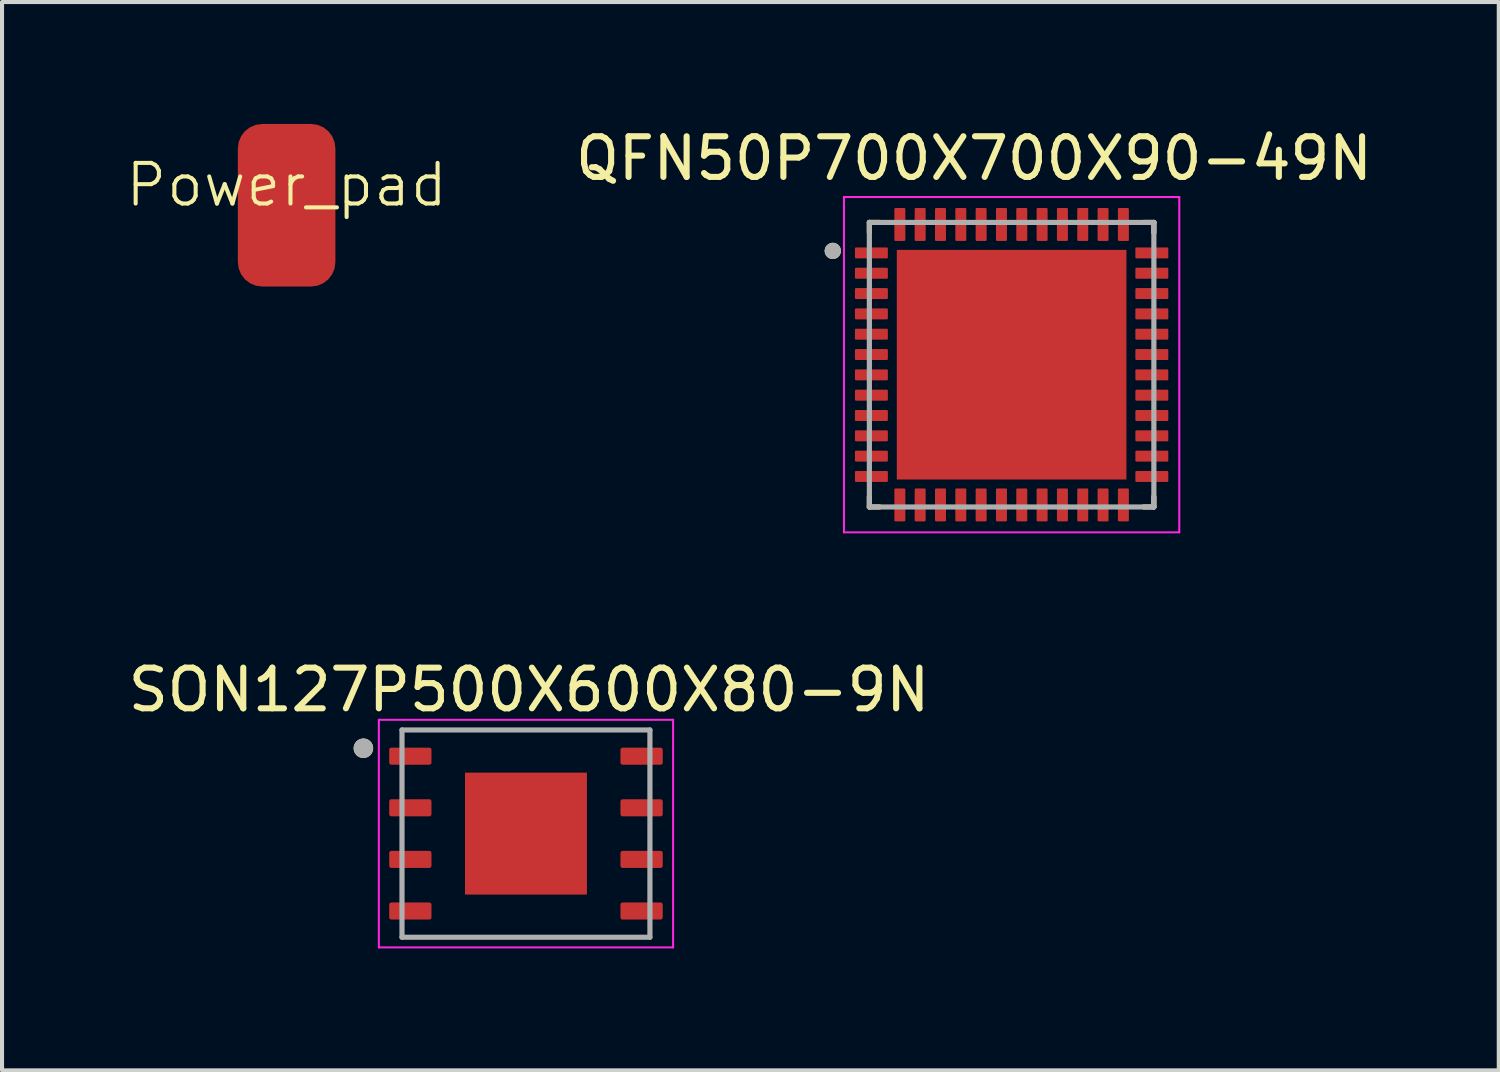
<source format=kicad_pcb>
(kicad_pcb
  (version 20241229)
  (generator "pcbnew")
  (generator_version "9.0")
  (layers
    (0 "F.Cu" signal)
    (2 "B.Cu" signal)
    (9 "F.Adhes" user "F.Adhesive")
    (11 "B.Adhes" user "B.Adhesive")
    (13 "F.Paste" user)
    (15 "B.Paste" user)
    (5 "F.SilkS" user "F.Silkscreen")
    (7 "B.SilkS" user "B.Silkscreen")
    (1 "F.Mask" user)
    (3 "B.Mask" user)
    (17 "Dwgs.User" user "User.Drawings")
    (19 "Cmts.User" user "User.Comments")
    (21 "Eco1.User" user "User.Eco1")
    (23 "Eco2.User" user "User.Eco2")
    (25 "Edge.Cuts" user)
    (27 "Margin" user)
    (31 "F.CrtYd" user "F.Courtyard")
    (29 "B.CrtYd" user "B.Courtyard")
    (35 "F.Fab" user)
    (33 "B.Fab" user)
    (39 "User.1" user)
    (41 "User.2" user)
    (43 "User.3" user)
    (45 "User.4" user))
  (footprint "SON127P500X600X80-9N"
    (layer "F.Cu")
    (at 9.891 17.46)
    (property "Reference" "SON127P500X600X80-9N" (at 0.075 -3.538 0) (layer "F.SilkS") (effects (font (size 1.001 1.001) (thickness 0.15))))
    (attr smd)
    (fp_circle (center -4 -2.1) (end -3.88 -2.1) (stroke (width 0.24) (type solid)) (fill no) (layer "F.SilkS"))
    (fp_poly (pts (xy -1.207 0.145) (xy -0.145 0.145) (xy -0.145 1.207) (xy -1.207 1.207)) (stroke (width 0.01) (type solid)) (fill yes) (layer "F.Paste"))
    (fp_poly (pts (xy -1.207 -1.205) (xy -0.145 -1.205) (xy -0.145 -0.145) (xy -1.207 -0.145)) (stroke (width 0.01) (type solid)) (fill yes) (layer "F.Paste"))
    (fp_poly (pts (xy 0.145 0.145) (xy 1.205 0.145) (xy 1.205 1.205) (xy 0.145 1.205)) (stroke (width 0.01) (type solid)) (fill yes) (layer "F.Paste"))
    (fp_poly (pts (xy 0.145 -1.205) (xy 1.205 -1.205) (xy 1.205 -0.145) (xy 0.145 -0.145)) (stroke (width 0.01) (type solid)) (fill yes) (layer "F.Paste"))
    (fp_line (start -3.62 -2.8) (end 3.62 -2.8) (stroke (width 0.05) (type solid)) (layer "F.CrtYd"))
    (fp_line (start -3.62 2.8) (end -3.62 -2.8) (stroke (width 0.05) (type solid)) (layer "F.CrtYd"))
    (fp_line (start 3.62 -2.8) (end 3.62 2.8) (stroke (width 0.05) (type solid)) (layer "F.CrtYd"))
    (fp_line (start 3.62 2.8) (end -3.62 2.8) (stroke (width 0.05) (type solid)) (layer "F.CrtYd"))
    (fp_line (start -3.05 -2.55) (end 3.05 -2.55) (stroke (width 0.127) (type solid)) (layer "F.Fab"))
    (fp_line (start -3.05 2.55) (end -3.05 -2.55) (stroke (width 0.127) (type solid)) (layer "F.Fab"))
    (fp_line (start 3.05 -2.55) (end 3.05 2.55) (stroke (width 0.127) (type solid)) (layer "F.Fab"))
    (fp_line (start 3.05 2.55) (end -3.05 2.55) (stroke (width 0.127) (type solid)) (layer "F.Fab"))
    (fp_circle (center -4 -2.1) (end -3.88 -2.1) (stroke (width 0.24) (type solid)) (fill no) (layer "F.Fab"))
    (pad "1" smd roundrect (at -2.845 -1.905) (size 1.04 0.42) (layers "F.Cu" "F.Mask" "F.Paste") (roundrect_rratio 0.125))
    (pad "2" smd roundrect (at -2.845 -0.635) (size 1.04 0.42) (layers "F.Cu" "F.Mask" "F.Paste") (roundrect_rratio 0.125))
    (pad "3" smd roundrect (at -2.845 0.635) (size 1.04 0.42) (layers "F.Cu" "F.Mask" "F.Paste") (roundrect_rratio 0.125))
    (pad "4" smd roundrect (at -2.845 1.905) (size 1.04 0.42) (layers "F.Cu" "F.Mask" "F.Paste") (roundrect_rratio 0.125))
    (pad "5" smd roundrect (at 2.845 1.905) (size 1.04 0.42) (layers "F.Cu" "F.Mask" "F.Paste") (roundrect_rratio 0.125))
    (pad "6" smd roundrect (at 2.845 0.635) (size 1.04 0.42) (layers "F.Cu" "F.Mask" "F.Paste") (roundrect_rratio 0.125))
    (pad "7" smd roundrect (at 2.845 -0.635) (size 1.04 0.42) (layers "F.Cu" "F.Mask" "F.Paste") (roundrect_rratio 0.125))
    (pad "8" smd roundrect (at 2.845 -1.905) (size 1.04 0.42) (layers "F.Cu" "F.Mask" "F.Paste") (roundrect_rratio 0.125))
    (pad "9" smd rect (at 0 0) (size 3 3) (layers "F.Cu" "F.Mask")))
  (footprint "Power_pad"
    (layer "F.Cu")
    (at 4.002 2)
    (property "Reference" "Power_pad" (at 0 -0.5 0) (unlocked yes) (layer "F.SilkS") (effects (font (size 1 1) (thickness 0.1))))
    (attr smd)
    (pad "1" smd roundrect (at 0 0) (size 2.4 4) (layers "F.Cu" "F.Mask" "F.Paste") (roundrect_rratio 0.25)))
  (footprint "QFN50P700X700X90-49N"
    (layer "F.Cu")
    (at 21.84 5.923)
    (property "Reference" "QFN50P700X700X90-49N" (at -0.925 -5.075 0) (layer "F.SilkS") (effects (font (size 1 1) (thickness 0.15))))
    (attr smd)
    (fp_line (start -3.5 -3.5) (end -3.5 -3.25) (stroke (width 0.127) (type solid)) (layer "F.SilkS"))
    (fp_line (start -3.5 -3.5) (end -3.25 -3.5) (stroke (width 0.127) (type solid)) (layer "F.SilkS"))
    (fp_line (start -3.5 3.5) (end -3.5 3.25) (stroke (width 0.127) (type solid)) (layer "F.SilkS"))
    (fp_line (start -3.5 3.5) (end -3.25 3.5) (stroke (width 0.127) (type solid)) (layer "F.SilkS"))
    (fp_line (start 3.5 -3.5) (end 3.25 -3.5) (stroke (width 0.127) (type solid)) (layer "F.SilkS"))
    (fp_line (start 3.5 -3.5) (end 3.5 -3.25) (stroke (width 0.127) (type solid)) (layer "F.SilkS"))
    (fp_line (start 3.5 3.5) (end 3.25 3.5) (stroke (width 0.127) (type solid)) (layer "F.SilkS"))
    (fp_line (start 3.5 3.5) (end 3.5 3.25) (stroke (width 0.127) (type solid)) (layer "F.SilkS"))
    (fp_circle (center -4.4 -2.8) (end -4.3 -2.8) (stroke (width 0.2) (type solid)) (fill no) (layer "F.SilkS"))
    (fp_poly (pts (xy -2.31 -2.31) (xy -0.52 -2.31) (xy -0.52 -0.52) (xy -2.31 -0.52)) (stroke (width 0.01) (type solid)) (fill yes) (layer "F.Paste"))
    (fp_poly (pts (xy -2.31 0.52) (xy -0.52 0.52) (xy -0.52 2.31) (xy -2.31 2.31)) (stroke (width 0.01) (type solid)) (fill yes) (layer "F.Paste"))
    (fp_poly (pts (xy 0.52 -2.31) (xy 2.31 -2.31) (xy 2.31 -0.52) (xy 0.52 -0.52)) (stroke (width 0.01) (type solid)) (fill yes) (layer "F.Paste"))
    (fp_poly (pts (xy 0.52 0.52) (xy 2.31 0.52) (xy 2.31 2.31) (xy 0.52 2.31)) (stroke (width 0.01) (type solid)) (fill yes) (layer "F.Paste"))
    (fp_line (start -4.125 -4.125) (end -4.125 4.125) (stroke (width 0.05) (type solid)) (layer "F.CrtYd"))
    (fp_line (start -4.125 4.125) (end 4.125 4.125) (stroke (width 0.05) (type solid)) (layer "F.CrtYd"))
    (fp_line (start 4.125 -4.125) (end -4.125 -4.125) (stroke (width 0.05) (type solid)) (layer "F.CrtYd"))
    (fp_line (start 4.125 4.125) (end 4.125 -4.125) (stroke (width 0.05) (type solid)) (layer "F.CrtYd"))
    (fp_line (start -3.5 -3.5) (end -3.5 3.5) (stroke (width 0.127) (type solid)) (layer "F.Fab"))
    (fp_line (start -3.5 3.5) (end 3.5 3.5) (stroke (width 0.127) (type solid)) (layer "F.Fab"))
    (fp_line (start 3.5 -3.5) (end -3.5 -3.5) (stroke (width 0.127) (type solid)) (layer "F.Fab"))
    (fp_line (start 3.5 3.5) (end 3.5 -3.5) (stroke (width 0.127) (type solid)) (layer "F.Fab"))
    (fp_circle (center -4.4 -2.8) (end -4.3 -2.8) (stroke (width 0.2) (type solid)) (fill no) (layer "F.Fab"))
    (pad "1" smd roundrect (at -3.45 -2.75) (size 0.81 0.27) (layers "F.Cu" "F.Mask" "F.Paste") (roundrect_rratio 0.095))
    (pad "2" smd roundrect (at -3.45 -2.25) (size 0.81 0.27) (layers "F.Cu" "F.Mask" "F.Paste") (roundrect_rratio 0.095))
    (pad "3" smd roundrect (at -3.45 -1.75) (size 0.81 0.27) (layers "F.Cu" "F.Mask" "F.Paste") (roundrect_rratio 0.095))
    (pad "4" smd roundrect (at -3.45 -1.25) (size 0.81 0.27) (layers "F.Cu" "F.Mask" "F.Paste") (roundrect_rratio 0.095))
    (pad "5" smd roundrect (at -3.45 -0.75) (size 0.81 0.27) (layers "F.Cu" "F.Mask" "F.Paste") (roundrect_rratio 0.095))
    (pad "6" smd roundrect (at -3.45 -0.25) (size 0.81 0.27) (layers "F.Cu" "F.Mask" "F.Paste") (roundrect_rratio 0.095))
    (pad "7" smd roundrect (at -3.45 0.25) (size 0.81 0.27) (layers "F.Cu" "F.Mask" "F.Paste") (roundrect_rratio 0.095))
    (pad "8" smd roundrect (at -3.45 0.75) (size 0.81 0.27) (layers "F.Cu" "F.Mask" "F.Paste") (roundrect_rratio 0.095))
    (pad "9" smd roundrect (at -3.45 1.25) (size 0.81 0.27) (layers "F.Cu" "F.Mask" "F.Paste") (roundrect_rratio 0.095))
    (pad "10" smd roundrect (at -3.45 1.75) (size 0.81 0.27) (layers "F.Cu" "F.Mask" "F.Paste") (roundrect_rratio 0.095))
    (pad "11" smd roundrect (at -3.45 2.25) (size 0.81 0.27) (layers "F.Cu" "F.Mask" "F.Paste") (roundrect_rratio 0.095))
    (pad "12" smd roundrect (at -3.45 2.75) (size 0.81 0.27) (layers "F.Cu" "F.Mask" "F.Paste") (roundrect_rratio 0.095))
    (pad "13" smd roundrect (at -2.75 3.45) (size 0.27 0.81) (layers "F.Cu" "F.Mask" "F.Paste") (roundrect_rratio 0.095))
    (pad "14" smd roundrect (at -2.25 3.45) (size 0.27 0.81) (layers "F.Cu" "F.Mask" "F.Paste") (roundrect_rratio 0.095))
    (pad "15" smd roundrect (at -1.75 3.45) (size 0.27 0.81) (layers "F.Cu" "F.Mask" "F.Paste") (roundrect_rratio 0.095))
    (pad "16" smd roundrect (at -1.25 3.45) (size 0.27 0.81) (layers "F.Cu" "F.Mask" "F.Paste") (roundrect_rratio 0.095))
    (pad "17" smd roundrect (at -0.75 3.45) (size 0.27 0.81) (layers "F.Cu" "F.Mask" "F.Paste") (roundrect_rratio 0.095))
    (pad "18" smd roundrect (at -0.25 3.45) (size 0.27 0.81) (layers "F.Cu" "F.Mask" "F.Paste") (roundrect_rratio 0.095))
    (pad "19" smd roundrect (at 0.25 3.45) (size 0.27 0.81) (layers "F.Cu" "F.Mask" "F.Paste") (roundrect_rratio 0.095))
    (pad "20" smd roundrect (at 0.75 3.45) (size 0.27 0.81) (layers "F.Cu" "F.Mask" "F.Paste") (roundrect_rratio 0.095))
    (pad "21" smd roundrect (at 1.25 3.45) (size 0.27 0.81) (layers "F.Cu" "F.Mask" "F.Paste") (roundrect_rratio 0.095))
    (pad "22" smd roundrect (at 1.75 3.45) (size 0.27 0.81) (layers "F.Cu" "F.Mask" "F.Paste") (roundrect_rratio 0.095))
    (pad "23" smd roundrect (at 2.25 3.45) (size 0.27 0.81) (layers "F.Cu" "F.Mask" "F.Paste") (roundrect_rratio 0.095))
    (pad "24" smd roundrect (at 2.75 3.45) (size 0.27 0.81) (layers "F.Cu" "F.Mask" "F.Paste") (roundrect_rratio 0.095))
    (pad "25" smd roundrect (at 3.45 2.75) (size 0.81 0.27) (layers "F.Cu" "F.Mask" "F.Paste") (roundrect_rratio 0.095))
    (pad "26" smd roundrect (at 3.45 2.25) (size 0.81 0.27) (layers "F.Cu" "F.Mask" "F.Paste") (roundrect_rratio 0.095))
    (pad "27" smd roundrect (at 3.45 1.75) (size 0.81 0.27) (layers "F.Cu" "F.Mask" "F.Paste") (roundrect_rratio 0.095))
    (pad "28" smd roundrect (at 3.45 1.25) (size 0.81 0.27) (layers "F.Cu" "F.Mask" "F.Paste") (roundrect_rratio 0.095))
    (pad "29" smd roundrect (at 3.45 0.75) (size 0.81 0.27) (layers "F.Cu" "F.Mask" "F.Paste") (roundrect_rratio 0.095))
    (pad "30" smd roundrect (at 3.45 0.25) (size 0.81 0.27) (layers "F.Cu" "F.Mask" "F.Paste") (roundrect_rratio 0.095))
    (pad "31" smd roundrect (at 3.45 -0.25) (size 0.81 0.27) (layers "F.Cu" "F.Mask" "F.Paste") (roundrect_rratio 0.095))
    (pad "32" smd roundrect (at 3.45 -0.75) (size 0.81 0.27) (layers "F.Cu" "F.Mask" "F.Paste") (roundrect_rratio 0.095))
    (pad "33" smd roundrect (at 3.45 -1.25) (size 0.81 0.27) (layers "F.Cu" "F.Mask" "F.Paste") (roundrect_rratio 0.095))
    (pad "34" smd roundrect (at 3.45 -1.75) (size 0.81 0.27) (layers "F.Cu" "F.Mask" "F.Paste") (roundrect_rratio 0.095))
    (pad "35" smd roundrect (at 3.45 -2.25) (size 0.81 0.27) (layers "F.Cu" "F.Mask" "F.Paste") (roundrect_rratio 0.095))
    (pad "36" smd roundrect (at 3.45 -2.75) (size 0.81 0.27) (layers "F.Cu" "F.Mask" "F.Paste") (roundrect_rratio 0.095))
    (pad "37" smd roundrect (at 2.75 -3.45) (size 0.27 0.81) (layers "F.Cu" "F.Mask" "F.Paste") (roundrect_rratio 0.095))
    (pad "38" smd roundrect (at 2.25 -3.45) (size 0.27 0.81) (layers "F.Cu" "F.Mask" "F.Paste") (roundrect_rratio 0.095))
    (pad "39" smd roundrect (at 1.75 -3.45) (size 0.27 0.81) (layers "F.Cu" "F.Mask" "F.Paste") (roundrect_rratio 0.095))
    (pad "40" smd roundrect (at 1.25 -3.45) (size 0.27 0.81) (layers "F.Cu" "F.Mask" "F.Paste") (roundrect_rratio 0.095))
    (pad "41" smd roundrect (at 0.75 -3.45) (size 0.27 0.81) (layers "F.Cu" "F.Mask" "F.Paste") (roundrect_rratio 0.095))
    (pad "42" smd roundrect (at 0.25 -3.45) (size 0.27 0.81) (layers "F.Cu" "F.Mask" "F.Paste") (roundrect_rratio 0.095))
    (pad "43" smd roundrect (at -0.25 -3.45) (size 0.27 0.81) (layers "F.Cu" "F.Mask" "F.Paste") (roundrect_rratio 0.095))
    (pad "44" smd roundrect (at -0.75 -3.45) (size 0.27 0.81) (layers "F.Cu" "F.Mask" "F.Paste") (roundrect_rratio 0.095))
    (pad "45" smd roundrect (at -1.25 -3.45) (size 0.27 0.81) (layers "F.Cu" "F.Mask" "F.Paste") (roundrect_rratio 0.095))
    (pad "46" smd roundrect (at -1.75 -3.45) (size 0.27 0.81) (layers "F.Cu" "F.Mask" "F.Paste") (roundrect_rratio 0.095))
    (pad "47" smd roundrect (at -2.25 -3.45) (size 0.27 0.81) (layers "F.Cu" "F.Mask" "F.Paste") (roundrect_rratio 0.095))
    (pad "48" smd roundrect (at -2.75 -3.45) (size 0.27 0.81) (layers "F.Cu" "F.Mask" "F.Paste") (roundrect_rratio 0.095))
    (pad "EP" smd rect (at 0 0) (size 5.65 5.65) (layers "F.Cu" "F.Mask")))
  (gr_rect
    (start -3 -3)
    (end 33.826 23.285)
    (stroke (width 0.1) (type default))
    (fill no)
    (layer "Edge.Cuts")))
</source>
